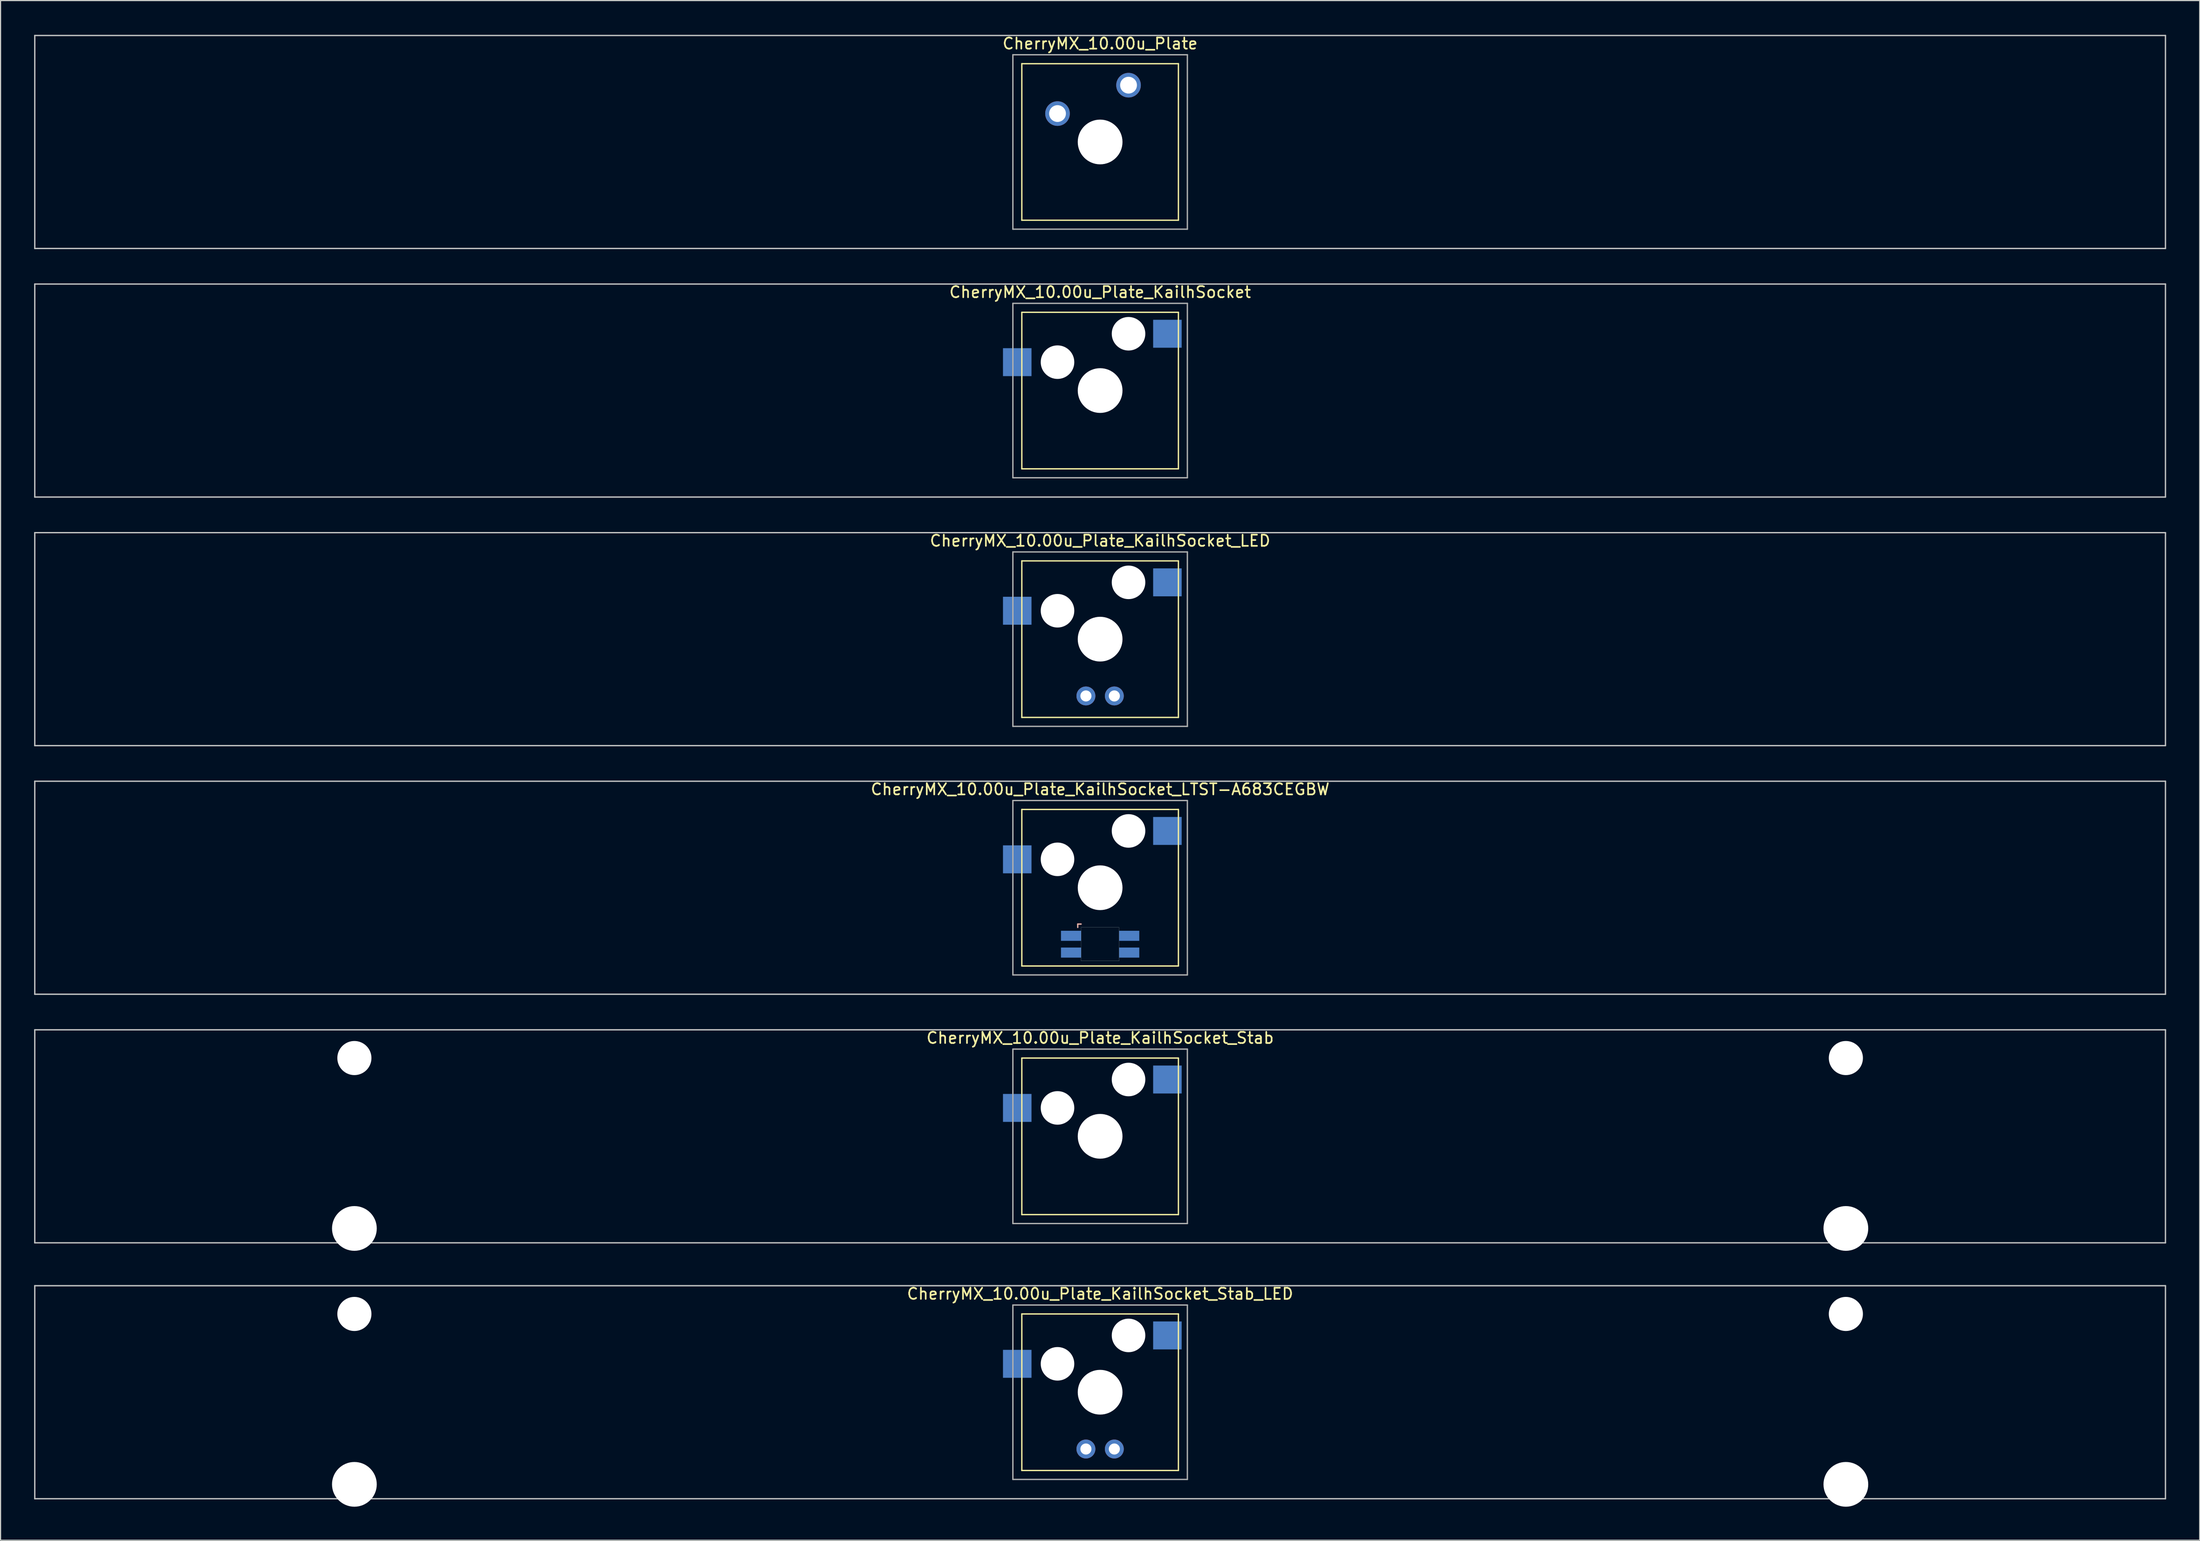
<source format=kicad_pcb>
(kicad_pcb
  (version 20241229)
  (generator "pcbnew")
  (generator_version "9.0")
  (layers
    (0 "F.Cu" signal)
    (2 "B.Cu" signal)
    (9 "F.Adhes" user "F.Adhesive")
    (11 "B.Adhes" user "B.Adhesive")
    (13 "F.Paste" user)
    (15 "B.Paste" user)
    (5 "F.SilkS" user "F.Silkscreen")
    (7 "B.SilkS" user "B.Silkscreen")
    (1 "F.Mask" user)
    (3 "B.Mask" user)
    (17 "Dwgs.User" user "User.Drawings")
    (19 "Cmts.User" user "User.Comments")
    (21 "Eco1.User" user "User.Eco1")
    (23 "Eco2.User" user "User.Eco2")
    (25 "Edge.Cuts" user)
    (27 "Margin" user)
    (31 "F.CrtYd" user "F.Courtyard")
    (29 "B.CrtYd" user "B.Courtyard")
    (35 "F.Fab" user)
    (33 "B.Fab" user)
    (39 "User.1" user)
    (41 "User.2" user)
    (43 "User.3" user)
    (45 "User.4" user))
  (footprint "CherryMX_10.00u_Plate_KailhSocket_LTST-A683CEGBW"
    (layer "F.Cu")
    (at 95.31 76.348)
    (property "Reference" "CherryMX_10.00u_Plate_KailhSocket_LTST-A683CEGBW" (at 0 -8.8 0) (layer "F.SilkS") (effects (font (size 1 1) (thickness 0.15))))
    (attr through_hole)
    (fp_line (start -7 -7) (end -7 7) (stroke (width 0.12) (type solid)) (layer "F.SilkS"))
    (fp_line (start -7 -7) (end 7 -7) (stroke (width 0.12) (type solid)) (layer "F.SilkS"))
    (fp_line (start 7 -7) (end 7 7) (stroke (width 0.12) (type solid)) (layer "F.SilkS"))
    (fp_line (start 7 7) (end -7 7) (stroke (width 0.12) (type solid)) (layer "F.SilkS"))
    (fp_line (start -2 3.25) (end -2 3.55) (stroke (width 0.12) (type solid)) (layer "B.SilkS"))
    (fp_line (start -1.7 3.25) (end -2 3.25) (stroke (width 0.12) (type solid)) (layer "B.SilkS"))
    (fp_line (start -95.25 -9.525) (end 95.25 -9.525) (stroke (width 0.12) (type solid)) (layer "Dwgs.User"))
    (fp_line (start -95.25 9.525) (end -95.25 -9.525) (stroke (width 0.12) (type solid)) (layer "Dwgs.User"))
    (fp_line (start 95.25 -9.525) (end 95.25 9.525) (stroke (width 0.12) (type solid)) (layer "Dwgs.User"))
    (fp_line (start 95.25 9.525) (end -95.25 9.525) (stroke (width 0.12) (type solid)) (layer "Dwgs.User"))
    (fp_poly (pts (xy 1.7 6.55) (xy -1.7 6.55) (xy -1.7 3.55) (xy 1.7 3.55)) (stroke (width 0.01) (type solid)) (fill no) (layer "Edge.Cuts"))
    (fp_line (start -7.8 -7.8) (end -7.8 7.8) (stroke (width 0.12) (type solid)) (layer "F.Fab"))
    (fp_line (start -7.8 -7.8) (end 7.8 -7.8) (stroke (width 0.12) (type solid)) (layer "F.Fab"))
    (fp_line (start -7.8 7.8) (end 7.8 7.8) (stroke (width 0.12) (type solid)) (layer "F.Fab"))
    (fp_line (start 7.8 -7.8) (end 7.8 7.8) (stroke (width 0.12) (type solid)) (layer "F.Fab"))
    (pad "" np_thru_hole circle (at -3.81 -2.54) (size 3 3) (drill 3) (layers "*.Cu" "*.Mask"))
    (pad "" np_thru_hole circle (at 0 0) (size 4 4) (drill 4) (layers "*.Cu" "*.Mask"))
    (pad "" np_thru_hole circle (at 2.54 -5.08) (size 3 3) (drill 3) (layers "*.Cu" "*.Mask"))
    (pad "1" smd rect (at -7.41 -2.54) (size 2.55 2.5) (layers "B.Cu" "B.Mask" "B.Paste"))
    (pad "2" smd rect (at 6.015 -5.08) (size 2.55 2.5) (layers "B.Cu" "B.Mask" "B.Paste"))
    (pad "3" smd rect (at -2.6 4.3) (size 1.8 0.9) (layers "B.Cu" "B.Mask" "B.Paste"))
    (pad "4" smd rect (at -2.6 5.8) (size 1.8 0.9) (layers "B.Cu" "B.Mask" "B.Paste"))
    (pad "5" smd rect (at 2.6 4.3) (size 1.8 0.9) (layers "B.Cu" "B.Mask" "B.Paste"))
    (pad "6" smd rect (at 2.6 5.8) (size 1.8 0.9) (layers "B.Cu" "B.Mask" "B.Paste")))
  (footprint "CherryMX_10.00u_Plate_KailhSocket_Stab"
    (layer "F.Cu")
    (at 95.31 98.581)
    (property "Reference" "CherryMX_10.00u_Plate_KailhSocket_Stab" (at 0 -8.8 0) (layer "F.SilkS") (effects (font (size 1 1) (thickness 0.15))))
    (attr through_hole)
    (fp_line (start -7 -7) (end -7 7) (stroke (width 0.12) (type solid)) (layer "F.SilkS"))
    (fp_line (start -7 -7) (end 7 -7) (stroke (width 0.12) (type solid)) (layer "F.SilkS"))
    (fp_line (start 7 -7) (end 7 7) (stroke (width 0.12) (type solid)) (layer "F.SilkS"))
    (fp_line (start 7 7) (end -7 7) (stroke (width 0.12) (type solid)) (layer "F.SilkS"))
    (fp_line (start -95.25 -9.525) (end 95.25 -9.525) (stroke (width 0.12) (type solid)) (layer "Dwgs.User"))
    (fp_line (start -95.25 9.525) (end -95.25 -9.525) (stroke (width 0.12) (type solid)) (layer "Dwgs.User"))
    (fp_line (start 95.25 -9.525) (end 95.25 9.525) (stroke (width 0.12) (type solid)) (layer "Dwgs.User"))
    (fp_line (start 95.25 9.525) (end -95.25 9.525) (stroke (width 0.12) (type solid)) (layer "Dwgs.User"))
    (fp_line (start -7.8 -7.8) (end -7.8 7.8) (stroke (width 0.12) (type solid)) (layer "F.Fab"))
    (fp_line (start -7.8 -7.8) (end 7.8 -7.8) (stroke (width 0.12) (type solid)) (layer "F.Fab"))
    (fp_line (start -7.8 7.8) (end 7.8 7.8) (stroke (width 0.12) (type solid)) (layer "F.Fab"))
    (fp_line (start 7.8 -7.8) (end 7.8 7.8) (stroke (width 0.12) (type solid)) (layer "F.Fab"))
    (pad "" np_thru_hole circle (at -66.675 -7) (size 3.05 3.05) (drill 3.05) (layers "*.Cu" "*.Mask"))
    (pad "" np_thru_hole circle (at -66.675 8.24) (size 4 4) (drill 4) (layers "*.Cu" "*.Mask"))
    (pad "" np_thru_hole circle (at -3.81 -2.54) (size 3 3) (drill 3) (layers "*.Cu" "*.Mask"))
    (pad "" np_thru_hole circle (at 0 0) (size 4 4) (drill 4) (layers "*.Cu" "*.Mask"))
    (pad "" np_thru_hole circle (at 2.54 -5.08) (size 3 3) (drill 3) (layers "*.Cu" "*.Mask"))
    (pad "" np_thru_hole circle (at 66.675 -7) (size 3.05 3.05) (drill 3.05) (layers "*.Cu" "*.Mask"))
    (pad "" np_thru_hole circle (at 66.675 8.24) (size 4 4) (drill 4) (layers "*.Cu" "*.Mask"))
    (pad "1" smd rect (at -7.41 -2.54) (size 2.55 2.5) (layers "B.Cu" "B.Mask" "B.Paste"))
    (pad "2" smd rect (at 6.015 -5.08) (size 2.55 2.5) (layers "B.Cu" "B.Mask" "B.Paste")))
  (footprint "CherryMX_10.00u_Plate_KailhSocket_Stab_LED"
    (layer "F.Cu")
    (at 95.31 121.469)
    (property "Reference" "CherryMX_10.00u_Plate_KailhSocket_Stab_LED" (at 0 -8.8 0) (layer "F.SilkS") (effects (font (size 1 1) (thickness 0.15))))
    (attr through_hole)
    (fp_line (start -7 -7) (end -7 7) (stroke (width 0.12) (type solid)) (layer "F.SilkS"))
    (fp_line (start -7 -7) (end 7 -7) (stroke (width 0.12) (type solid)) (layer "F.SilkS"))
    (fp_line (start 7 -7) (end 7 7) (stroke (width 0.12) (type solid)) (layer "F.SilkS"))
    (fp_line (start 7 7) (end -7 7) (stroke (width 0.12) (type solid)) (layer "F.SilkS"))
    (fp_line (start -95.25 -9.525) (end 95.25 -9.525) (stroke (width 0.12) (type solid)) (layer "Dwgs.User"))
    (fp_line (start -95.25 9.525) (end -95.25 -9.525) (stroke (width 0.12) (type solid)) (layer "Dwgs.User"))
    (fp_line (start 95.25 -9.525) (end 95.25 9.525) (stroke (width 0.12) (type solid)) (layer "Dwgs.User"))
    (fp_line (start 95.25 9.525) (end -95.25 9.525) (stroke (width 0.12) (type solid)) (layer "Dwgs.User"))
    (fp_line (start -7.8 -7.8) (end -7.8 7.8) (stroke (width 0.12) (type solid)) (layer "F.Fab"))
    (fp_line (start -7.8 -7.8) (end 7.8 -7.8) (stroke (width 0.12) (type solid)) (layer "F.Fab"))
    (fp_line (start -7.8 7.8) (end 7.8 7.8) (stroke (width 0.12) (type solid)) (layer "F.Fab"))
    (fp_line (start 7.8 -7.8) (end 7.8 7.8) (stroke (width 0.12) (type solid)) (layer "F.Fab"))
    (pad "" np_thru_hole circle (at -66.675 -7) (size 3.05 3.05) (drill 3.05) (layers "*.Cu" "*.Mask"))
    (pad "" np_thru_hole circle (at -66.675 8.24) (size 4 4) (drill 4) (layers "*.Cu" "*.Mask"))
    (pad "" np_thru_hole circle (at -3.81 -2.54) (size 3 3) (drill 3) (layers "*.Cu" "*.Mask"))
    (pad "" np_thru_hole circle (at 0 0) (size 4 4) (drill 4) (layers "*.Cu" "*.Mask"))
    (pad "" np_thru_hole circle (at 2.54 -5.08) (size 3 3) (drill 3) (layers "*.Cu" "*.Mask"))
    (pad "" np_thru_hole circle (at 66.675 -7) (size 3.05 3.05) (drill 3.05) (layers "*.Cu" "*.Mask"))
    (pad "" np_thru_hole circle (at 66.675 8.24) (size 4 4) (drill 4) (layers "*.Cu" "*.Mask"))
    (pad "1" smd rect (at -7.41 -2.54) (size 2.55 2.5) (layers "B.Cu" "B.Mask" "B.Paste"))
    (pad "2" smd rect (at 6.015 -5.08) (size 2.55 2.5) (layers "B.Cu" "B.Mask" "B.Paste"))
    (pad "3" thru_hole circle (at -1.27 5.08) (size 1.691 1.691) (drill 0.991) (layers "*.Cu" "*.Mask"))
    (pad "4" thru_hole circle (at 1.27 5.08) (size 1.691 1.691) (drill 0.991) (layers "*.Cu" "*.Mask")))
  (footprint "CherryMX_10.00u_Plate_KailhSocket_LED"
    (layer "F.Cu")
    (at 95.31 54.115)
    (property "Reference" "CherryMX_10.00u_Plate_KailhSocket_LED" (at 0 -8.8 0) (layer "F.SilkS") (effects (font (size 1 1) (thickness 0.15))))
    (attr through_hole)
    (fp_line (start -7 -7) (end -7 7) (stroke (width 0.12) (type solid)) (layer "F.SilkS"))
    (fp_line (start -7 -7) (end 7 -7) (stroke (width 0.12) (type solid)) (layer "F.SilkS"))
    (fp_line (start 7 -7) (end 7 7) (stroke (width 0.12) (type solid)) (layer "F.SilkS"))
    (fp_line (start 7 7) (end -7 7) (stroke (width 0.12) (type solid)) (layer "F.SilkS"))
    (fp_line (start -95.25 -9.525) (end 95.25 -9.525) (stroke (width 0.12) (type solid)) (layer "Dwgs.User"))
    (fp_line (start -95.25 9.525) (end -95.25 -9.525) (stroke (width 0.12) (type solid)) (layer "Dwgs.User"))
    (fp_line (start 95.25 -9.525) (end 95.25 9.525) (stroke (width 0.12) (type solid)) (layer "Dwgs.User"))
    (fp_line (start 95.25 9.525) (end -95.25 9.525) (stroke (width 0.12) (type solid)) (layer "Dwgs.User"))
    (fp_line (start -7.8 -7.8) (end -7.8 7.8) (stroke (width 0.12) (type solid)) (layer "F.Fab"))
    (fp_line (start -7.8 -7.8) (end 7.8 -7.8) (stroke (width 0.12) (type solid)) (layer "F.Fab"))
    (fp_line (start -7.8 7.8) (end 7.8 7.8) (stroke (width 0.12) (type solid)) (layer "F.Fab"))
    (fp_line (start 7.8 -7.8) (end 7.8 7.8) (stroke (width 0.12) (type solid)) (layer "F.Fab"))
    (pad "" np_thru_hole circle (at -3.81 -2.54) (size 3 3) (drill 3) (layers "*.Cu" "*.Mask"))
    (pad "" np_thru_hole circle (at 0 0) (size 4 4) (drill 4) (layers "*.Cu" "*.Mask"))
    (pad "" np_thru_hole circle (at 2.54 -5.08) (size 3 3) (drill 3) (layers "*.Cu" "*.Mask"))
    (pad "1" smd rect (at -7.41 -2.54) (size 2.55 2.5) (layers "B.Cu" "B.Mask" "B.Paste"))
    (pad "2" smd rect (at 6.015 -5.08) (size 2.55 2.5) (layers "B.Cu" "B.Mask" "B.Paste"))
    (pad "3" thru_hole circle (at -1.27 5.08) (size 1.691 1.691) (drill 0.991) (layers "*.Cu" "*.Mask"))
    (pad "4" thru_hole circle (at 1.27 5.08) (size 1.691 1.691) (drill 0.991) (layers "*.Cu" "*.Mask")))
  (footprint "CherryMX_10.00u_Plate"
    (layer "F.Cu")
    (at 95.31 9.648)
    (property "Reference" "CherryMX_10.00u_Plate" (at 0 -8.8 0) (layer "F.SilkS") (effects (font (size 1 1) (thickness 0.15))))
    (attr through_hole)
    (fp_line (start -7 -7) (end -7 7) (stroke (width 0.12) (type solid)) (layer "F.SilkS"))
    (fp_line (start -7 -7) (end 7 -7) (stroke (width 0.12) (type solid)) (layer "F.SilkS"))
    (fp_line (start 7 -7) (end 7 7) (stroke (width 0.12) (type solid)) (layer "F.SilkS"))
    (fp_line (start 7 7) (end -7 7) (stroke (width 0.12) (type solid)) (layer "F.SilkS"))
    (fp_line (start -95.25 -9.525) (end 95.25 -9.525) (stroke (width 0.12) (type solid)) (layer "Dwgs.User"))
    (fp_line (start -95.25 9.525) (end -95.25 -9.525) (stroke (width 0.12) (type solid)) (layer "Dwgs.User"))
    (fp_line (start 95.25 -9.525) (end 95.25 9.525) (stroke (width 0.12) (type solid)) (layer "Dwgs.User"))
    (fp_line (start 95.25 9.525) (end -95.25 9.525) (stroke (width 0.12) (type solid)) (layer "Dwgs.User"))
    (fp_line (start -7.8 -7.8) (end -7.8 7.8) (stroke (width 0.12) (type solid)) (layer "F.Fab"))
    (fp_line (start -7.8 -7.8) (end 7.8 -7.8) (stroke (width 0.12) (type solid)) (layer "F.Fab"))
    (fp_line (start -7.8 7.8) (end 7.8 7.8) (stroke (width 0.12) (type solid)) (layer "F.Fab"))
    (fp_line (start 7.8 -7.8) (end 7.8 7.8) (stroke (width 0.12) (type solid)) (layer "F.Fab"))
    (pad "" np_thru_hole circle (at 0 0) (size 4 4) (drill 4) (layers "*.Cu" "*.Mask"))
    (pad "1" thru_hole circle (at -3.81 -2.54) (size 2.2 2.2) (drill 1.5) (layers "*.Cu" "*.Mask"))
    (pad "2" thru_hole circle (at 2.54 -5.08) (size 2.2 2.2) (drill 1.5) (layers "*.Cu" "*.Mask")))
  (footprint "CherryMX_10.00u_Plate_KailhSocket"
    (layer "F.Cu")
    (at 95.31 31.881)
    (property "Reference" "CherryMX_10.00u_Plate_KailhSocket" (at 0 -8.8 0) (layer "F.SilkS") (effects (font (size 1 1) (thickness 0.15))))
    (attr through_hole)
    (fp_line (start -7 -7) (end -7 7) (stroke (width 0.12) (type solid)) (layer "F.SilkS"))
    (fp_line (start -7 -7) (end 7 -7) (stroke (width 0.12) (type solid)) (layer "F.SilkS"))
    (fp_line (start 7 -7) (end 7 7) (stroke (width 0.12) (type solid)) (layer "F.SilkS"))
    (fp_line (start 7 7) (end -7 7) (stroke (width 0.12) (type solid)) (layer "F.SilkS"))
    (fp_line (start -95.25 -9.525) (end 95.25 -9.525) (stroke (width 0.12) (type solid)) (layer "Dwgs.User"))
    (fp_line (start -95.25 9.525) (end -95.25 -9.525) (stroke (width 0.12) (type solid)) (layer "Dwgs.User"))
    (fp_line (start 95.25 -9.525) (end 95.25 9.525) (stroke (width 0.12) (type solid)) (layer "Dwgs.User"))
    (fp_line (start 95.25 9.525) (end -95.25 9.525) (stroke (width 0.12) (type solid)) (layer "Dwgs.User"))
    (fp_line (start -7.8 -7.8) (end -7.8 7.8) (stroke (width 0.12) (type solid)) (layer "F.Fab"))
    (fp_line (start -7.8 -7.8) (end 7.8 -7.8) (stroke (width 0.12) (type solid)) (layer "F.Fab"))
    (fp_line (start -7.8 7.8) (end 7.8 7.8) (stroke (width 0.12) (type solid)) (layer "F.Fab"))
    (fp_line (start 7.8 -7.8) (end 7.8 7.8) (stroke (width 0.12) (type solid)) (layer "F.Fab"))
    (pad "" np_thru_hole circle (at -3.81 -2.54) (size 3 3) (drill 3) (layers "*.Cu" "*.Mask"))
    (pad "" np_thru_hole circle (at 0 0) (size 4 4) (drill 4) (layers "*.Cu" "*.Mask"))
    (pad "" np_thru_hole circle (at 2.54 -5.08) (size 3 3) (drill 3) (layers "*.Cu" "*.Mask"))
    (pad "1" smd rect (at -7.41 -2.54) (size 2.55 2.5) (layers "B.Cu" "B.Mask" "B.Paste"))
    (pad "2" smd rect (at 6.015 -5.08) (size 2.55 2.5) (layers "B.Cu" "B.Mask" "B.Paste")))
  (gr_rect
    (start -3 -3)
    (end 193.62 134.709)
    (stroke (width 0.1) (type default))
    (fill no)
    (layer "Edge.Cuts")))
</source>
